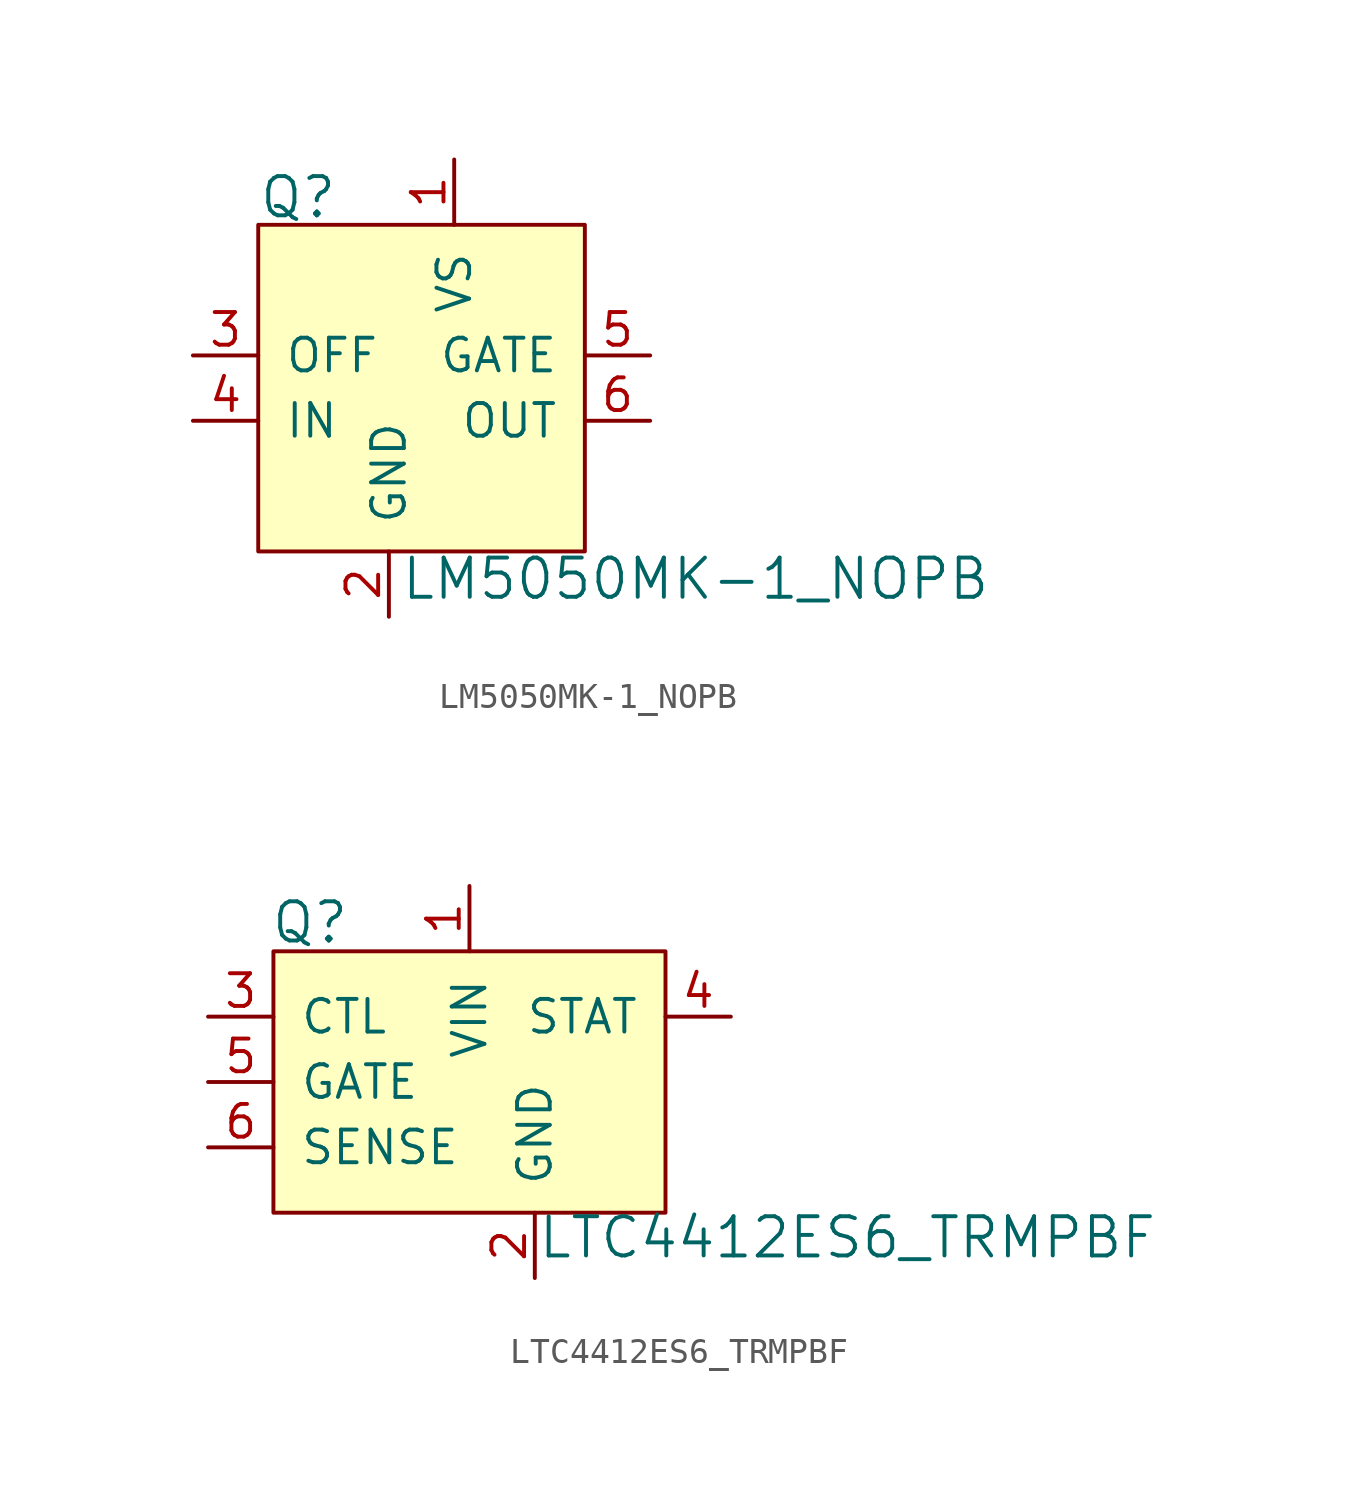
<source format=kicad_sym>
(kicad_symbol_lib
  (version 20231120)
  (generator "kicad_symbol_editor")
  (generator_version "8.0")
  (symbol "LM5050MK-1_NOPB"
    (pin_names
      (offset 1.016))
    (property "Reference" "Q"
      (at -5.08 6.147 0)
      (effects (font (size 1.524 1.524)) (justify left)))
    (property "Value" "LM5050MK-1_NOPB"
      (at 0.432 -8.687 0)
      (effects (font (size 1.524 1.524)) (justify left)))
    (symbol "LM5050MK-1_NOPB_0_1"
      (rectangle (start -5.08 5.08) (end 7.62 -7.62) (stroke (width 0) (type default)) (fill (type background))))
    (symbol "LM5050MK-1_NOPB_1_1"
      (pin power_in line (at 2.54 7.62 270) (length 2.54) (name "VS" (effects (font (size 1.27 1.27)))) (number "1" (effects (font (size 1.27 1.27)))))
      (pin power_in line (at 0 -10.16 90) (length 2.54) (name "GND" (effects (font (size 1.27 1.27)))) (number "2" (effects (font (size 1.27 1.27)))))
      (pin input line (at -7.62 0 0) (length 2.54) (name "OFF" (effects (font (size 1.27 1.27)))) (number "3" (effects (font (size 1.27 1.27)))))
      (pin input line (at -7.62 -2.54 0) (length 2.54) (name "IN" (effects (font (size 1.27 1.27)))) (number "4" (effects (font (size 1.27 1.27)))))
      (pin output line (at 10.16 0 180) (length 2.54) (name "GATE" (effects (font (size 1.27 1.27)))) (number "5" (effects (font (size 1.27 1.27)))))
      (pin output line (at 10.16 -2.54 180) (length 2.54) (name "OUT" (effects (font (size 1.27 1.27)))) (number "6" (effects (font (size 1.27 1.27)))))))
  (symbol "LTC4412ES6_TRMPBF"
    (pin_names
      (offset 1.016))
    (property "Reference" "Q"
      (at -7.747 -3.962 0)
      (effects (font (size 1.524 1.524)) (justify left)))
    (property "Value" "LTC4412ES6_TRMPBF"
      (at 2.616 -16.205 0)
      (effects (font (size 1.524 1.524)) (justify left)))
    (symbol "LTC4412ES6_TRMPBF_0_1"
      (rectangle (start -7.62 -5.08) (end 7.62 -15.24) (stroke (width 0) (type default)) (fill (type background))))
    (symbol "LTC4412ES6_TRMPBF_1_1"
      (pin power_in line (at 0 -2.54 270) (length 2.54) (name "VIN" (effects (font (size 1.27 1.27)))) (number "1" (effects (font (size 1.27 1.27)))))
      (pin power_in line (at 2.54 -17.78 90) (length 2.54) (name "GND" (effects (font (size 1.27 1.27)))) (number "2" (effects (font (size 1.27 1.27)))))
      (pin input line (at -10.16 -7.62 0) (length 2.54) (name "CTL" (effects (font (size 1.27 1.27)))) (number "3" (effects (font (size 1.27 1.27)))))
      (pin output line (at 10.16 -7.62 180) (length 2.54) (name "STAT" (effects (font (size 1.27 1.27)))) (number "4" (effects (font (size 1.27 1.27)))))
      (pin input line (at -10.16 -10.16 0) (length 2.54) (name "GATE" (effects (font (size 1.27 1.27)))) (number "5" (effects (font (size 1.27 1.27)))))
      (pin input line (at -10.16 -12.7 0) (length 2.54) (name "SENSE" (effects (font (size 1.27 1.27)))) (number "6" (effects (font (size 1.27 1.27))))))))
</source>
